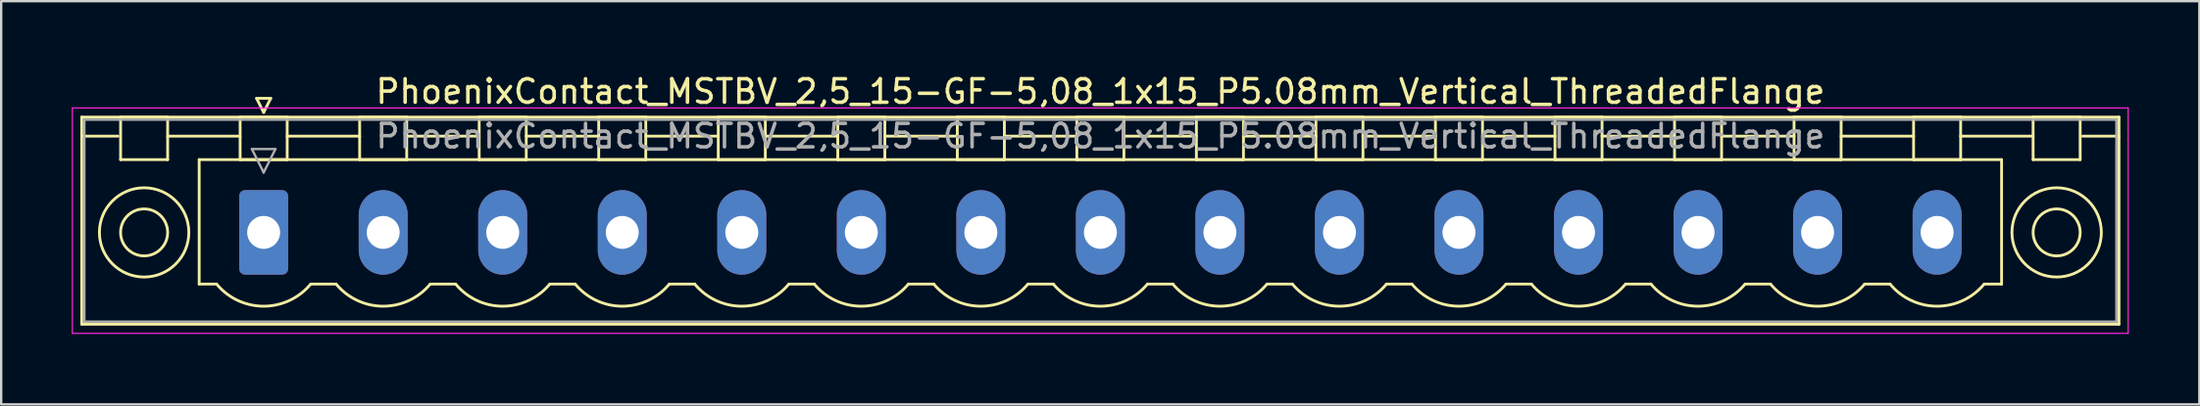
<source format=kicad_pcb>
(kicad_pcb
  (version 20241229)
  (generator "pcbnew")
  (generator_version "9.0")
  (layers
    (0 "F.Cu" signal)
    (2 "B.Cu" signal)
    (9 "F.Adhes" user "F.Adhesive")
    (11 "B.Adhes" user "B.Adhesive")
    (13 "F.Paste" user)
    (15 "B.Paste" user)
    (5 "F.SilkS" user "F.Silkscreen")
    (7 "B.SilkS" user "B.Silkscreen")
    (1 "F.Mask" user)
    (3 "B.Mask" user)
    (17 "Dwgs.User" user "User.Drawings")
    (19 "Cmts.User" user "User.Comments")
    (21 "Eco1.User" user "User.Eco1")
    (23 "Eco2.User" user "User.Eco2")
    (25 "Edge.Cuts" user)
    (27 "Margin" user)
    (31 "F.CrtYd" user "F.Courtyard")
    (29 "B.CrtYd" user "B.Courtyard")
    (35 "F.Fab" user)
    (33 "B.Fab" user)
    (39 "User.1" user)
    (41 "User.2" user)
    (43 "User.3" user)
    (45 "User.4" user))
  (footprint "PhoenixContact_MSTBV_2,5_15-GF-5,08_1x15_P5.08mm_Vertical_ThreadedFlange"
    (layer "F.Cu")
    (at 8.155 6.848)
    (property "Reference" "PhoenixContact_MSTBV_2,5_15-GF-5,08_1x15_P5.08mm_Vertical_ThreadedFlange" (at 35.56 -6 0) (layer "F.SilkS") (effects (font (size 1 1) (thickness 0.15))))
    (attr through_hole)
    (fp_line (start -7.73 -4.91) (end -7.73 3.91) (stroke (width 0.12) (type solid)) (layer "F.SilkS"))
    (fp_line (start -7.73 -4.1) (end -6.19 -4.1) (stroke (width 0.12) (type solid)) (layer "F.SilkS"))
    (fp_line (start -7.73 3.91) (end 78.85 3.91) (stroke (width 0.12) (type solid)) (layer "F.SilkS"))
    (fp_line (start -6.08 -4.91) (end -4.08 -4.91) (stroke (width 0.12) (type solid)) (layer "F.SilkS"))
    (fp_line (start -6.08 -3.1) (end -6.08 -4.91) (stroke (width 0.12) (type solid)) (layer "F.SilkS"))
    (fp_line (start -4.08 -4.91) (end -4.08 -3.1) (stroke (width 0.12) (type solid)) (layer "F.SilkS"))
    (fp_line (start -4.08 -4.1) (end -1 -4.1) (stroke (width 0.12) (type solid)) (layer "F.SilkS"))
    (fp_line (start -4.08 -3.1) (end -6.08 -3.1) (stroke (width 0.12) (type solid)) (layer "F.SilkS"))
    (fp_line (start -2.74 -3.1) (end 73.86 -3.1) (stroke (width 0.12) (type solid)) (layer "F.SilkS"))
    (fp_line (start -2.74 2.2) (end -2.74 -3.1) (stroke (width 0.12) (type solid)) (layer "F.SilkS"))
    (fp_line (start -2 2.2) (end -2.74 2.2) (stroke (width 0.12) (type solid)) (layer "F.SilkS"))
    (fp_line (start -1 -4.91) (end 1 -4.91) (stroke (width 0.12) (type solid)) (layer "F.SilkS"))
    (fp_line (start -1 -3.1) (end -1 -4.91) (stroke (width 0.12) (type solid)) (layer "F.SilkS"))
    (fp_line (start -0.3 -5.71) (end 0.3 -5.71) (stroke (width 0.12) (type solid)) (layer "F.SilkS"))
    (fp_line (start 0 -5.11) (end -0.3 -5.71) (stroke (width 0.12) (type solid)) (layer "F.SilkS"))
    (fp_line (start 0.3 -5.71) (end 0 -5.11) (stroke (width 0.12) (type solid)) (layer "F.SilkS"))
    (fp_line (start 1 -4.91) (end 1 -3.1) (stroke (width 0.12) (type solid)) (layer "F.SilkS"))
    (fp_line (start 1 -4.1) (end 4.08 -4.1) (stroke (width 0.12) (type solid)) (layer "F.SilkS"))
    (fp_line (start 1 -3.1) (end -1 -3.1) (stroke (width 0.12) (type solid)) (layer "F.SilkS"))
    (fp_line (start 2 2.2) (end 3.08 2.2) (stroke (width 0.12) (type solid)) (layer "F.SilkS"))
    (fp_line (start 4.08 -4.91) (end 6.08 -4.91) (stroke (width 0.12) (type solid)) (layer "F.SilkS"))
    (fp_line (start 4.08 -3.1) (end 4.08 -4.91) (stroke (width 0.12) (type solid)) (layer "F.SilkS"))
    (fp_line (start 6.08 -4.91) (end 6.08 -3.1) (stroke (width 0.12) (type solid)) (layer "F.SilkS"))
    (fp_line (start 6.08 -4.1) (end 9.16 -4.1) (stroke (width 0.12) (type solid)) (layer "F.SilkS"))
    (fp_line (start 6.08 -3.1) (end 4.08 -3.1) (stroke (width 0.12) (type solid)) (layer "F.SilkS"))
    (fp_line (start 7.08 2.2) (end 8.16 2.2) (stroke (width 0.12) (type solid)) (layer "F.SilkS"))
    (fp_line (start 9.16 -4.91) (end 11.16 -4.91) (stroke (width 0.12) (type solid)) (layer "F.SilkS"))
    (fp_line (start 9.16 -3.1) (end 9.16 -4.91) (stroke (width 0.12) (type solid)) (layer "F.SilkS"))
    (fp_line (start 11.16 -4.91) (end 11.16 -3.1) (stroke (width 0.12) (type solid)) (layer "F.SilkS"))
    (fp_line (start 11.16 -4.1) (end 14.24 -4.1) (stroke (width 0.12) (type solid)) (layer "F.SilkS"))
    (fp_line (start 11.16 -3.1) (end 9.16 -3.1) (stroke (width 0.12) (type solid)) (layer "F.SilkS"))
    (fp_line (start 12.16 2.2) (end 13.24 2.2) (stroke (width 0.12) (type solid)) (layer "F.SilkS"))
    (fp_line (start 14.24 -4.91) (end 16.24 -4.91) (stroke (width 0.12) (type solid)) (layer "F.SilkS"))
    (fp_line (start 14.24 -3.1) (end 14.24 -4.91) (stroke (width 0.12) (type solid)) (layer "F.SilkS"))
    (fp_line (start 16.24 -4.91) (end 16.24 -3.1) (stroke (width 0.12) (type solid)) (layer "F.SilkS"))
    (fp_line (start 16.24 -4.1) (end 19.32 -4.1) (stroke (width 0.12) (type solid)) (layer "F.SilkS"))
    (fp_line (start 16.24 -3.1) (end 14.24 -3.1) (stroke (width 0.12) (type solid)) (layer "F.SilkS"))
    (fp_line (start 17.24 2.2) (end 18.32 2.2) (stroke (width 0.12) (type solid)) (layer "F.SilkS"))
    (fp_line (start 19.32 -4.91) (end 21.32 -4.91) (stroke (width 0.12) (type solid)) (layer "F.SilkS"))
    (fp_line (start 19.32 -3.1) (end 19.32 -4.91) (stroke (width 0.12) (type solid)) (layer "F.SilkS"))
    (fp_line (start 21.32 -4.91) (end 21.32 -3.1) (stroke (width 0.12) (type solid)) (layer "F.SilkS"))
    (fp_line (start 21.32 -4.1) (end 24.4 -4.1) (stroke (width 0.12) (type solid)) (layer "F.SilkS"))
    (fp_line (start 21.32 -3.1) (end 19.32 -3.1) (stroke (width 0.12) (type solid)) (layer "F.SilkS"))
    (fp_line (start 22.32 2.2) (end 23.4 2.2) (stroke (width 0.12) (type solid)) (layer "F.SilkS"))
    (fp_line (start 24.4 -4.91) (end 26.4 -4.91) (stroke (width 0.12) (type solid)) (layer "F.SilkS"))
    (fp_line (start 24.4 -3.1) (end 24.4 -4.91) (stroke (width 0.12) (type solid)) (layer "F.SilkS"))
    (fp_line (start 26.4 -4.91) (end 26.4 -3.1) (stroke (width 0.12) (type solid)) (layer "F.SilkS"))
    (fp_line (start 26.4 -4.1) (end 29.48 -4.1) (stroke (width 0.12) (type solid)) (layer "F.SilkS"))
    (fp_line (start 26.4 -3.1) (end 24.4 -3.1) (stroke (width 0.12) (type solid)) (layer "F.SilkS"))
    (fp_line (start 27.4 2.2) (end 28.48 2.2) (stroke (width 0.12) (type solid)) (layer "F.SilkS"))
    (fp_line (start 29.48 -4.91) (end 31.48 -4.91) (stroke (width 0.12) (type solid)) (layer "F.SilkS"))
    (fp_line (start 29.48 -3.1) (end 29.48 -4.91) (stroke (width 0.12) (type solid)) (layer "F.SilkS"))
    (fp_line (start 31.48 -4.91) (end 31.48 -3.1) (stroke (width 0.12) (type solid)) (layer "F.SilkS"))
    (fp_line (start 31.48 -4.1) (end 34.56 -4.1) (stroke (width 0.12) (type solid)) (layer "F.SilkS"))
    (fp_line (start 31.48 -3.1) (end 29.48 -3.1) (stroke (width 0.12) (type solid)) (layer "F.SilkS"))
    (fp_line (start 32.48 2.2) (end 33.56 2.2) (stroke (width 0.12) (type solid)) (layer "F.SilkS"))
    (fp_line (start 34.56 -4.91) (end 36.56 -4.91) (stroke (width 0.12) (type solid)) (layer "F.SilkS"))
    (fp_line (start 34.56 -3.1) (end 34.56 -4.91) (stroke (width 0.12) (type solid)) (layer "F.SilkS"))
    (fp_line (start 36.56 -4.91) (end 36.56 -3.1) (stroke (width 0.12) (type solid)) (layer "F.SilkS"))
    (fp_line (start 36.56 -4.1) (end 39.64 -4.1) (stroke (width 0.12) (type solid)) (layer "F.SilkS"))
    (fp_line (start 36.56 -3.1) (end 34.56 -3.1) (stroke (width 0.12) (type solid)) (layer "F.SilkS"))
    (fp_line (start 37.56 2.2) (end 38.64 2.2) (stroke (width 0.12) (type solid)) (layer "F.SilkS"))
    (fp_line (start 39.64 -4.91) (end 41.64 -4.91) (stroke (width 0.12) (type solid)) (layer "F.SilkS"))
    (fp_line (start 39.64 -3.1) (end 39.64 -4.91) (stroke (width 0.12) (type solid)) (layer "F.SilkS"))
    (fp_line (start 41.64 -4.91) (end 41.64 -3.1) (stroke (width 0.12) (type solid)) (layer "F.SilkS"))
    (fp_line (start 41.64 -4.1) (end 44.72 -4.1) (stroke (width 0.12) (type solid)) (layer "F.SilkS"))
    (fp_line (start 41.64 -3.1) (end 39.64 -3.1) (stroke (width 0.12) (type solid)) (layer "F.SilkS"))
    (fp_line (start 42.64 2.2) (end 43.72 2.2) (stroke (width 0.12) (type solid)) (layer "F.SilkS"))
    (fp_line (start 44.72 -4.91) (end 46.72 -4.91) (stroke (width 0.12) (type solid)) (layer "F.SilkS"))
    (fp_line (start 44.72 -3.1) (end 44.72 -4.91) (stroke (width 0.12) (type solid)) (layer "F.SilkS"))
    (fp_line (start 46.72 -4.91) (end 46.72 -3.1) (stroke (width 0.12) (type solid)) (layer "F.SilkS"))
    (fp_line (start 46.72 -4.1) (end 49.8 -4.1) (stroke (width 0.12) (type solid)) (layer "F.SilkS"))
    (fp_line (start 46.72 -3.1) (end 44.72 -3.1) (stroke (width 0.12) (type solid)) (layer "F.SilkS"))
    (fp_line (start 47.72 2.2) (end 48.8 2.2) (stroke (width 0.12) (type solid)) (layer "F.SilkS"))
    (fp_line (start 49.8 -4.91) (end 51.8 -4.91) (stroke (width 0.12) (type solid)) (layer "F.SilkS"))
    (fp_line (start 49.8 -3.1) (end 49.8 -4.91) (stroke (width 0.12) (type solid)) (layer "F.SilkS"))
    (fp_line (start 51.8 -4.91) (end 51.8 -3.1) (stroke (width 0.12) (type solid)) (layer "F.SilkS"))
    (fp_line (start 51.8 -4.1) (end 54.88 -4.1) (stroke (width 0.12) (type solid)) (layer "F.SilkS"))
    (fp_line (start 51.8 -3.1) (end 49.8 -3.1) (stroke (width 0.12) (type solid)) (layer "F.SilkS"))
    (fp_line (start 52.8 2.2) (end 53.88 2.2) (stroke (width 0.12) (type solid)) (layer "F.SilkS"))
    (fp_line (start 54.88 -4.91) (end 56.88 -4.91) (stroke (width 0.12) (type solid)) (layer "F.SilkS"))
    (fp_line (start 54.88 -3.1) (end 54.88 -4.91) (stroke (width 0.12) (type solid)) (layer "F.SilkS"))
    (fp_line (start 56.88 -4.91) (end 56.88 -3.1) (stroke (width 0.12) (type solid)) (layer "F.SilkS"))
    (fp_line (start 56.88 -4.1) (end 59.96 -4.1) (stroke (width 0.12) (type solid)) (layer "F.SilkS"))
    (fp_line (start 56.88 -3.1) (end 54.88 -3.1) (stroke (width 0.12) (type solid)) (layer "F.SilkS"))
    (fp_line (start 57.88 2.2) (end 58.96 2.2) (stroke (width 0.12) (type solid)) (layer "F.SilkS"))
    (fp_line (start 59.96 -4.91) (end 61.96 -4.91) (stroke (width 0.12) (type solid)) (layer "F.SilkS"))
    (fp_line (start 59.96 -3.1) (end 59.96 -4.91) (stroke (width 0.12) (type solid)) (layer "F.SilkS"))
    (fp_line (start 61.96 -4.91) (end 61.96 -3.1) (stroke (width 0.12) (type solid)) (layer "F.SilkS"))
    (fp_line (start 61.96 -4.1) (end 65.04 -4.1) (stroke (width 0.12) (type solid)) (layer "F.SilkS"))
    (fp_line (start 61.96 -3.1) (end 59.96 -3.1) (stroke (width 0.12) (type solid)) (layer "F.SilkS"))
    (fp_line (start 62.96 2.2) (end 64.04 2.2) (stroke (width 0.12) (type solid)) (layer "F.SilkS"))
    (fp_line (start 65.04 -4.91) (end 67.04 -4.91) (stroke (width 0.12) (type solid)) (layer "F.SilkS"))
    (fp_line (start 65.04 -3.1) (end 65.04 -4.91) (stroke (width 0.12) (type solid)) (layer "F.SilkS"))
    (fp_line (start 67.04 -4.91) (end 67.04 -3.1) (stroke (width 0.12) (type solid)) (layer "F.SilkS"))
    (fp_line (start 67.04 -4.1) (end 70.12 -4.1) (stroke (width 0.12) (type solid)) (layer "F.SilkS"))
    (fp_line (start 67.04 -3.1) (end 65.04 -3.1) (stroke (width 0.12) (type solid)) (layer "F.SilkS"))
    (fp_line (start 68.04 2.2) (end 69.12 2.2) (stroke (width 0.12) (type solid)) (layer "F.SilkS"))
    (fp_line (start 70.12 -4.91) (end 72.12 -4.91) (stroke (width 0.12) (type solid)) (layer "F.SilkS"))
    (fp_line (start 70.12 -3.1) (end 70.12 -4.91) (stroke (width 0.12) (type solid)) (layer "F.SilkS"))
    (fp_line (start 72.12 -4.91) (end 72.12 -3.1) (stroke (width 0.12) (type solid)) (layer "F.SilkS"))
    (fp_line (start 72.12 -4.1) (end 75.2 -4.1) (stroke (width 0.12) (type solid)) (layer "F.SilkS"))
    (fp_line (start 72.12 -3.1) (end 70.12 -3.1) (stroke (width 0.12) (type solid)) (layer "F.SilkS"))
    (fp_line (start 73.86 -3.1) (end 73.86 2.2) (stroke (width 0.12) (type solid)) (layer "F.SilkS"))
    (fp_line (start 73.86 2.2) (end 73.12 2.2) (stroke (width 0.12) (type solid)) (layer "F.SilkS"))
    (fp_line (start 75.2 -4.91) (end 77.2 -4.91) (stroke (width 0.12) (type solid)) (layer "F.SilkS"))
    (fp_line (start 75.2 -3.1) (end 75.2 -4.91) (stroke (width 0.12) (type solid)) (layer "F.SilkS"))
    (fp_line (start 77.2 -4.91) (end 77.2 -3.1) (stroke (width 0.12) (type solid)) (layer "F.SilkS"))
    (fp_line (start 77.2 -3.1) (end 75.2 -3.1) (stroke (width 0.12) (type solid)) (layer "F.SilkS"))
    (fp_line (start 78.85 -4.91) (end -7.73 -4.91) (stroke (width 0.12) (type solid)) (layer "F.SilkS"))
    (fp_line (start 78.85 -4.1) (end 77.31 -4.1) (stroke (width 0.12) (type solid)) (layer "F.SilkS"))
    (fp_line (start 78.85 3.91) (end 78.85 -4.91) (stroke (width 0.12) (type solid)) (layer "F.SilkS"))
    (fp_arc (start 1.986842 2.215821) (mid -0.010289 3.142758) (end -2 2.2) (stroke (width 0.12) (type solid)) (layer "F.SilkS"))
    (fp_arc (start 7.066842 2.215821) (mid 5.069711 3.142758) (end 3.08 2.2) (stroke (width 0.12) (type solid)) (layer "F.SilkS"))
    (fp_arc (start 12.146842 2.215821) (mid 10.149711 3.142758) (end 8.16 2.2) (stroke (width 0.12) (type solid)) (layer "F.SilkS"))
    (fp_arc (start 17.226842 2.215821) (mid 15.229711 3.142758) (end 13.24 2.2) (stroke (width 0.12) (type solid)) (layer "F.SilkS"))
    (fp_arc (start 22.306842 2.215821) (mid 20.309711 3.142758) (end 18.32 2.2) (stroke (width 0.12) (type solid)) (layer "F.SilkS"))
    (fp_arc (start 27.386842 2.215821) (mid 25.389711 3.142758) (end 23.4 2.2) (stroke (width 0.12) (type solid)) (layer "F.SilkS"))
    (fp_arc (start 32.466842 2.215821) (mid 30.469711 3.142758) (end 28.48 2.2) (stroke (width 0.12) (type solid)) (layer "F.SilkS"))
    (fp_arc (start 37.546842 2.215821) (mid 35.549711 3.142758) (end 33.56 2.2) (stroke (width 0.12) (type solid)) (layer "F.SilkS"))
    (fp_arc (start 42.626842 2.215821) (mid 40.629711 3.142758) (end 38.64 2.2) (stroke (width 0.12) (type solid)) (layer "F.SilkS"))
    (fp_arc (start 47.706842 2.215821) (mid 45.709711 3.142758) (end 43.72 2.2) (stroke (width 0.12) (type solid)) (layer "F.SilkS"))
    (fp_arc (start 52.786842 2.215821) (mid 50.789711 3.142758) (end 48.8 2.2) (stroke (width 0.12) (type solid)) (layer "F.SilkS"))
    (fp_arc (start 57.866842 2.215821) (mid 55.869711 3.142758) (end 53.88 2.2) (stroke (width 0.12) (type solid)) (layer "F.SilkS"))
    (fp_arc (start 62.946842 2.215821) (mid 60.949711 3.142758) (end 58.96 2.2) (stroke (width 0.12) (type solid)) (layer "F.SilkS"))
    (fp_arc (start 68.026842 2.215821) (mid 66.029711 3.142758) (end 64.04 2.2) (stroke (width 0.12) (type solid)) (layer "F.SilkS"))
    (fp_arc (start 73.106842 2.215821) (mid 71.109711 3.142758) (end 69.12 2.2) (stroke (width 0.12) (type solid)) (layer "F.SilkS"))
    (fp_circle (center -5.08 0) (end -4.08 0) (stroke (width 0.12) (type solid)) (fill no) (layer "F.SilkS"))
    (fp_circle (center -5.08 0) (end -3.18 0) (stroke (width 0.12) (type solid)) (fill no) (layer "F.SilkS"))
    (fp_circle (center 76.2 0) (end 77.2 0) (stroke (width 0.12) (type solid)) (fill no) (layer "F.SilkS"))
    (fp_circle (center 76.2 0) (end 78.1 0) (stroke (width 0.12) (type solid)) (fill no) (layer "F.SilkS"))
    (fp_line (start -8.13 -5.3) (end -8.13 4.3) (stroke (width 0.05) (type solid)) (layer "F.CrtYd"))
    (fp_line (start -8.13 4.3) (end 79.24 4.3) (stroke (width 0.05) (type solid)) (layer "F.CrtYd"))
    (fp_line (start 79.24 -5.3) (end -8.13 -5.3) (stroke (width 0.05) (type solid)) (layer "F.CrtYd"))
    (fp_line (start 79.24 4.3) (end 79.24 -5.3) (stroke (width 0.05) (type solid)) (layer "F.CrtYd"))
    (fp_line (start -7.62 -4.8) (end -7.62 3.8) (stroke (width 0.1) (type solid)) (layer "F.Fab"))
    (fp_line (start -7.62 3.8) (end 78.74 3.8) (stroke (width 0.1) (type solid)) (layer "F.Fab"))
    (fp_line (start -0.5 -3.55) (end 0.5 -3.55) (stroke (width 0.1) (type solid)) (layer "F.Fab"))
    (fp_line (start 0 -2.55) (end -0.5 -3.55) (stroke (width 0.1) (type solid)) (layer "F.Fab"))
    (fp_line (start 0.5 -3.55) (end 0 -2.55) (stroke (width 0.1) (type solid)) (layer "F.Fab"))
    (fp_line (start 78.74 -4.8) (end -7.62 -4.8) (stroke (width 0.1) (type solid)) (layer "F.Fab"))
    (fp_line (start 78.74 3.8) (end 78.74 -4.8) (stroke (width 0.1) (type solid)) (layer "F.Fab"))
    (fp_text user "${REFERENCE}" (at 35.56 -4.1 0) (layer "F.Fab") (effects (font (size 1 1) (thickness 0.15))))
    (pad "1" thru_hole roundrect (at 0 0) (size 2.08 3.6) (drill 1.4) (layers "*.Cu" "*.Mask") (roundrect_rratio 0.12))
    (pad "2" thru_hole oval (at 5.08 0) (size 2.08 3.6) (drill 1.4) (layers "*.Cu" "*.Mask"))
    (pad "3" thru_hole oval (at 10.16 0) (size 2.08 3.6) (drill 1.4) (layers "*.Cu" "*.Mask"))
    (pad "4" thru_hole oval (at 15.24 0) (size 2.08 3.6) (drill 1.4) (layers "*.Cu" "*.Mask"))
    (pad "5" thru_hole oval (at 20.32 0) (size 2.08 3.6) (drill 1.4) (layers "*.Cu" "*.Mask"))
    (pad "6" thru_hole oval (at 25.4 0) (size 2.08 3.6) (drill 1.4) (layers "*.Cu" "*.Mask"))
    (pad "7" thru_hole oval (at 30.48 0) (size 2.08 3.6) (drill 1.4) (layers "*.Cu" "*.Mask"))
    (pad "8" thru_hole oval (at 35.56 0) (size 2.08 3.6) (drill 1.4) (layers "*.Cu" "*.Mask"))
    (pad "9" thru_hole oval (at 40.64 0) (size 2.08 3.6) (drill 1.4) (layers "*.Cu" "*.Mask"))
    (pad "10" thru_hole oval (at 45.72 0) (size 2.08 3.6) (drill 1.4) (layers "*.Cu" "*.Mask"))
    (pad "11" thru_hole oval (at 50.8 0) (size 2.08 3.6) (drill 1.4) (layers "*.Cu" "*.Mask"))
    (pad "12" thru_hole oval (at 55.88 0) (size 2.08 3.6) (drill 1.4) (layers "*.Cu" "*.Mask"))
    (pad "13" thru_hole oval (at 60.96 0) (size 2.08 3.6) (drill 1.4) (layers "*.Cu" "*.Mask"))
    (pad "14" thru_hole oval (at 66.04 0) (size 2.08 3.6) (drill 1.4) (layers "*.Cu" "*.Mask"))
    (pad "15" thru_hole oval (at 71.12 0) (size 2.08 3.6) (drill 1.4) (layers "*.Cu" "*.Mask")))
  (gr_rect
    (start -3 -3)
    (end 90.42 14.173)
    (stroke (width 0.1) (type default))
    (fill no)
    (layer "Edge.Cuts")))
</source>
